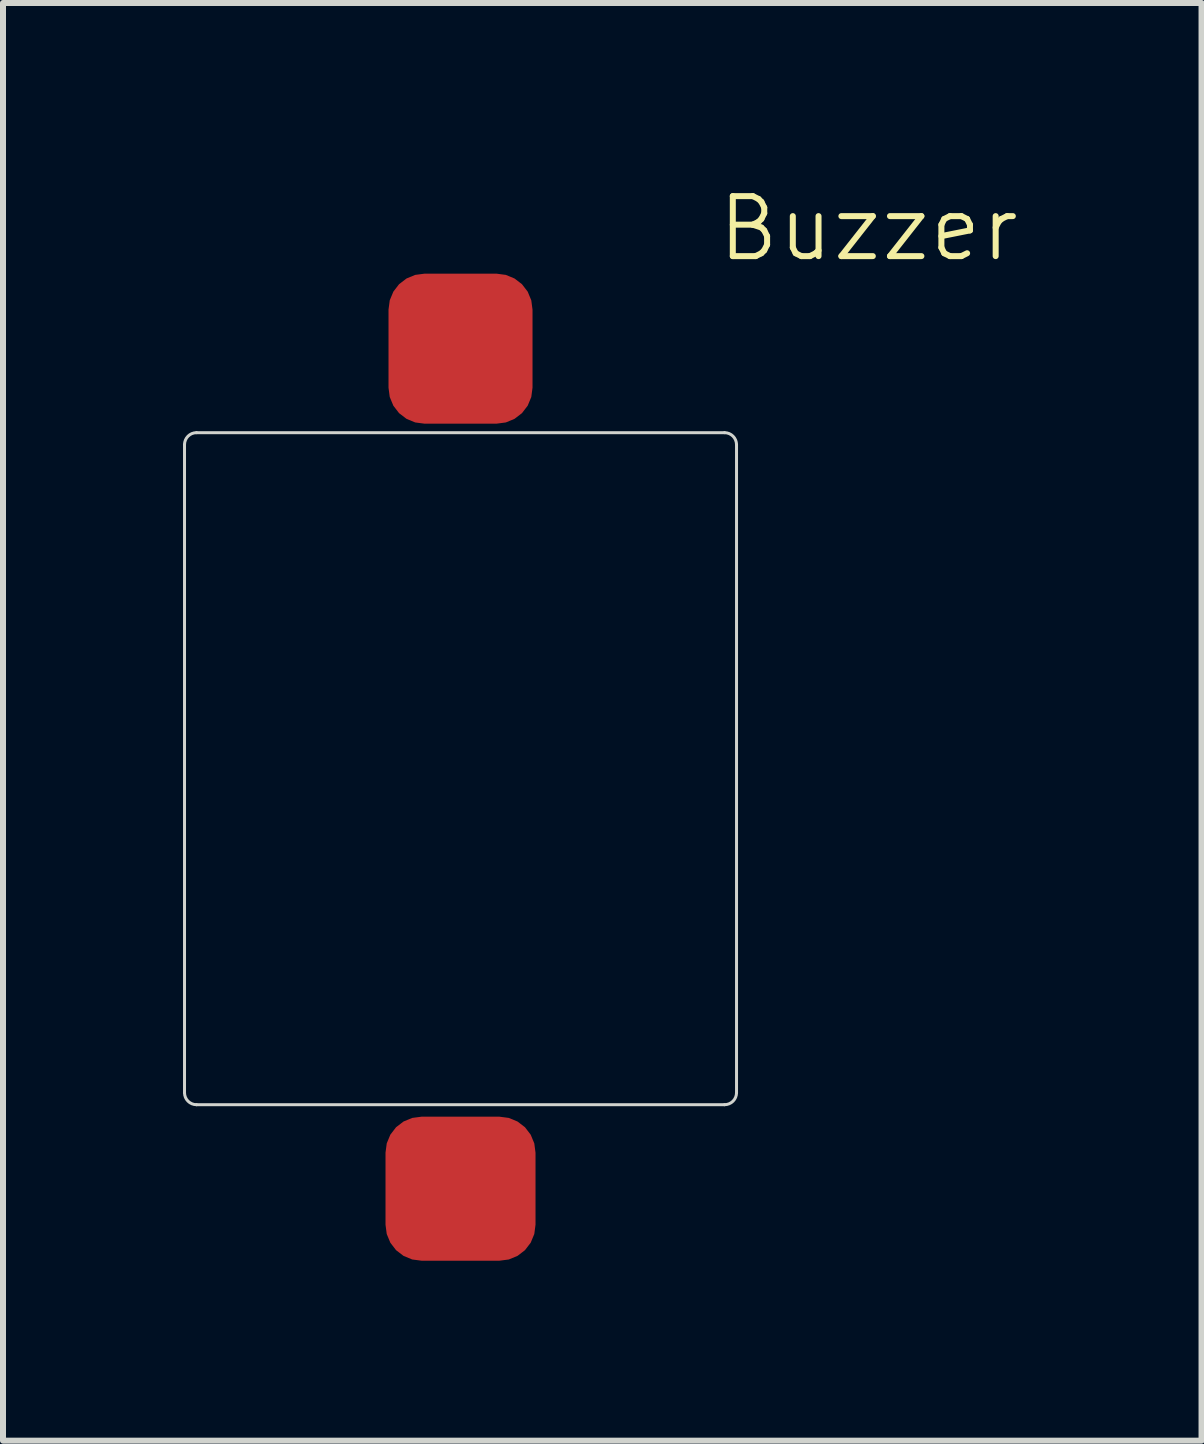
<source format=kicad_pcb>
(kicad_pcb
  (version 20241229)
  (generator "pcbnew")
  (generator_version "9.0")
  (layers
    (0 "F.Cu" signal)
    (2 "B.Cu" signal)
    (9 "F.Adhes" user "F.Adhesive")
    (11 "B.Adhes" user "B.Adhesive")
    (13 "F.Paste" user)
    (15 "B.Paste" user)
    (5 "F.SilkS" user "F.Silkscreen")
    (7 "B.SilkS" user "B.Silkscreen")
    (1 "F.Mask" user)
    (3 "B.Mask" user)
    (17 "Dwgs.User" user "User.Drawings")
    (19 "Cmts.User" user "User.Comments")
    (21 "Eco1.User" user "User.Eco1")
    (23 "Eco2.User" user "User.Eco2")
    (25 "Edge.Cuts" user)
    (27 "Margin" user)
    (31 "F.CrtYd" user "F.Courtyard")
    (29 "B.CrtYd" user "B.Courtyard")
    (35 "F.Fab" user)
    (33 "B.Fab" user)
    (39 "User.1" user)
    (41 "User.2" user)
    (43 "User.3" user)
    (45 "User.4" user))
  (footprint "Buzzer"
    (layer "F.Cu")
    (at 4.625 9.761)
    (property "Reference" "Buzzer" (at 6.8 -9 0) (unlocked yes) (layer "F.SilkS") (effects (font (size 1 1) (thickness 0.1))))
    (attr smd)
    (fp_line (start -4.6 5.4) (end -4.6 -5.4) (stroke (width 0.05) (type default)) (layer "Edge.Cuts"))
    (fp_line (start -4.4 -5.6) (end 4.4 -5.6) (stroke (width 0.05) (type default)) (layer "Edge.Cuts"))
    (fp_line (start 4.4 5.6) (end -4.4 5.6) (stroke (width 0.05) (type default)) (layer "Edge.Cuts"))
    (fp_line (start 4.6 -5.4) (end 4.6 5.4) (stroke (width 0.05) (type default)) (layer "Edge.Cuts"))
    (fp_arc (start -4.6 -5.4) (mid -4.541421 -5.541421) (end -4.4 -5.6) (stroke (width 0.05) (type default)) (layer "Edge.Cuts"))
    (fp_arc (start -4.4 5.6) (mid -4.541421 5.541421) (end -4.6 5.4) (stroke (width 0.05) (type default)) (layer "Edge.Cuts"))
    (fp_arc (start 4.4 -5.6) (mid 4.541421 -5.541421) (end 4.6 -5.4) (stroke (width 0.05) (type default)) (layer "Edge.Cuts"))
    (fp_arc (start 4.6 5.4) (mid 4.541421 5.541421) (end 4.4 5.6) (stroke (width 0.05) (type default)) (layer "Edge.Cuts"))
    (pad "1" smd roundrect (at 0 -7) (size 2.4 2.5) (layers "F.Cu" "F.Mask" "F.Paste") (roundrect_rratio 0.25))
    (pad "2" smd roundrect (at 0 7) (size 2.5 2.4) (layers "F.Cu" "F.Mask" "F.Paste") (roundrect_rratio 0.25)))
  (gr_rect
    (start -3 -3)
    (end 16.975 20.96)
    (stroke (width 0.1) (type default))
    (fill no)
    (layer "Edge.Cuts")))
</source>
